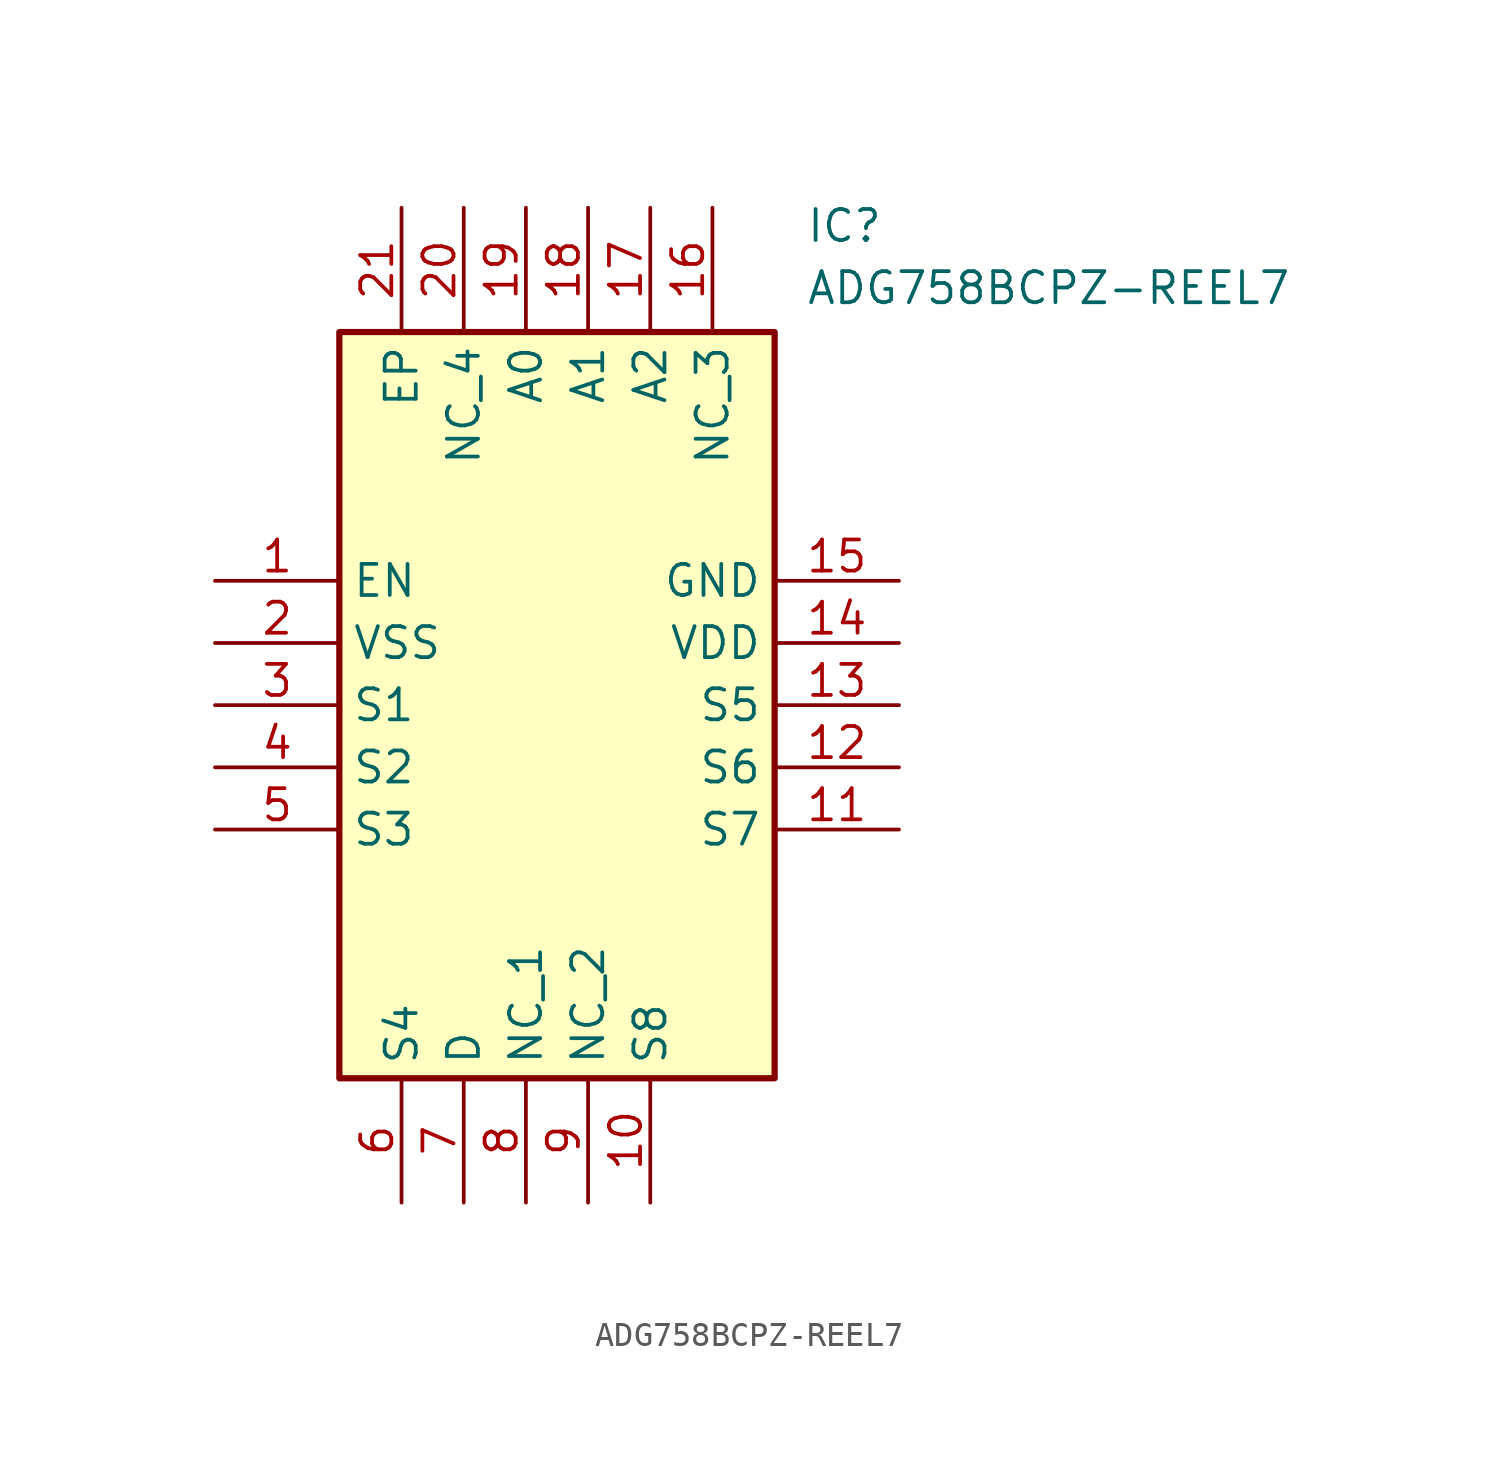
<source format=kicad_sym>
(kicad_symbol_lib
  (version 20211014)
  (generator SamacSys_ECAD_Model)
  (symbol "ADG758BCPZ-REEL7"
    (property "Reference" "IC"
      (at 24.13 15.24 0)
      (effects (font (size 1.27 1.27)) (justify left top)))
    (property "Value" "ADG758BCPZ-REEL7"
      (at 24.13 12.7 0)
      (effects (font (size 1.27 1.27)) (justify left top)))
    (rectangle
      (start 5.08 10.16)
      (end 22.86 -20.32)
      (stroke (width 0.254) (type default))
      (fill (type background)))
    (pin passive line
      (at 0 0 0)
      (length 5.08)
      (name "EN" (effects (font (size 1.27 1.27))))
      (number "1" (effects (font (size 1.27 1.27)))))
    (pin passive line
      (at 0 -2.54 0)
      (length 5.08)
      (name "VSS" (effects (font (size 1.27 1.27))))
      (number "2" (effects (font (size 1.27 1.27)))))
    (pin passive line
      (at 0 -5.08 0)
      (length 5.08)
      (name "S1" (effects (font (size 1.27 1.27))))
      (number "3" (effects (font (size 1.27 1.27)))))
    (pin passive line
      (at 0 -7.62 0)
      (length 5.08)
      (name "S2" (effects (font (size 1.27 1.27))))
      (number "4" (effects (font (size 1.27 1.27)))))
    (pin passive line
      (at 0 -10.16 0)
      (length 5.08)
      (name "S3" (effects (font (size 1.27 1.27))))
      (number "5" (effects (font (size 1.27 1.27)))))
    (pin passive line
      (at 7.62 -25.4 90)
      (length 5.08)
      (name "S4" (effects (font (size 1.27 1.27))))
      (number "6" (effects (font (size 1.27 1.27)))))
    (pin passive line
      (at 10.16 -25.4 90)
      (length 5.08)
      (name "D" (effects (font (size 1.27 1.27))))
      (number "7" (effects (font (size 1.27 1.27)))))
    (pin passive line
      (at 12.7 -25.4 90)
      (length 5.08)
      (name "NC_1" (effects (font (size 1.27 1.27))))
      (number "8" (effects (font (size 1.27 1.27)))))
    (pin passive line
      (at 15.24 -25.4 90)
      (length 5.08)
      (name "NC_2" (effects (font (size 1.27 1.27))))
      (number "9" (effects (font (size 1.27 1.27)))))
    (pin passive line
      (at 17.78 -25.4 90)
      (length 5.08)
      (name "S8" (effects (font (size 1.27 1.27))))
      (number "10" (effects (font (size 1.27 1.27)))))
    (pin passive line
      (at 27.94 0 180)
      (length 5.08)
      (name "GND" (effects (font (size 1.27 1.27))))
      (number "15" (effects (font (size 1.27 1.27)))))
    (pin passive line
      (at 27.94 -2.54 180)
      (length 5.08)
      (name "VDD" (effects (font (size 1.27 1.27))))
      (number "14" (effects (font (size 1.27 1.27)))))
    (pin passive line
      (at 27.94 -5.08 180)
      (length 5.08)
      (name "S5" (effects (font (size 1.27 1.27))))
      (number "13" (effects (font (size 1.27 1.27)))))
    (pin passive line
      (at 27.94 -7.62 180)
      (length 5.08)
      (name "S6" (effects (font (size 1.27 1.27))))
      (number "12" (effects (font (size 1.27 1.27)))))
    (pin passive line
      (at 27.94 -10.16 180)
      (length 5.08)
      (name "S7" (effects (font (size 1.27 1.27))))
      (number "11" (effects (font (size 1.27 1.27)))))
    (pin passive line
      (at 7.62 15.24 270)
      (length 5.08)
      (name "EP" (effects (font (size 1.27 1.27))))
      (number "21" (effects (font (size 1.27 1.27)))))
    (pin passive line
      (at 10.16 15.24 270)
      (length 5.08)
      (name "NC_4" (effects (font (size 1.27 1.27))))
      (number "20" (effects (font (size 1.27 1.27)))))
    (pin passive line
      (at 12.7 15.24 270)
      (length 5.08)
      (name "A0" (effects (font (size 1.27 1.27))))
      (number "19" (effects (font (size 1.27 1.27)))))
    (pin passive line
      (at 15.24 15.24 270)
      (length 5.08)
      (name "A1" (effects (font (size 1.27 1.27))))
      (number "18" (effects (font (size 1.27 1.27)))))
    (pin passive line
      (at 17.78 15.24 270)
      (length 5.08)
      (name "A2" (effects (font (size 1.27 1.27))))
      (number "17" (effects (font (size 1.27 1.27)))))
    (pin passive line
      (at 20.32 15.24 270)
      (length 5.08)
      (name "NC_3" (effects (font (size 1.27 1.27))))
      (number "16" (effects (font (size 1.27 1.27)))))))
</source>
